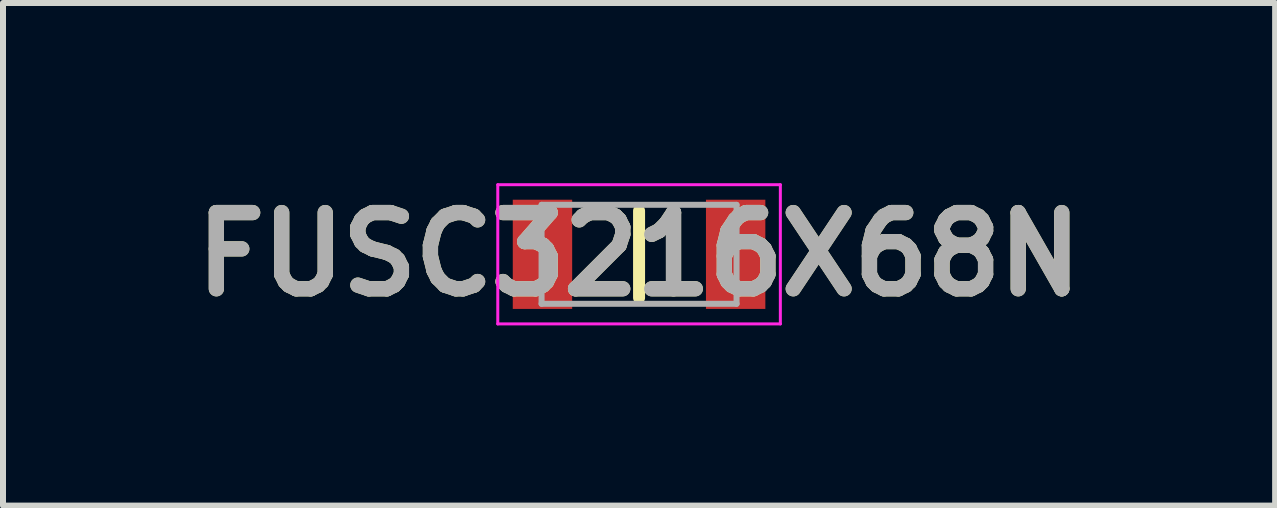
<source format=kicad_pcb>
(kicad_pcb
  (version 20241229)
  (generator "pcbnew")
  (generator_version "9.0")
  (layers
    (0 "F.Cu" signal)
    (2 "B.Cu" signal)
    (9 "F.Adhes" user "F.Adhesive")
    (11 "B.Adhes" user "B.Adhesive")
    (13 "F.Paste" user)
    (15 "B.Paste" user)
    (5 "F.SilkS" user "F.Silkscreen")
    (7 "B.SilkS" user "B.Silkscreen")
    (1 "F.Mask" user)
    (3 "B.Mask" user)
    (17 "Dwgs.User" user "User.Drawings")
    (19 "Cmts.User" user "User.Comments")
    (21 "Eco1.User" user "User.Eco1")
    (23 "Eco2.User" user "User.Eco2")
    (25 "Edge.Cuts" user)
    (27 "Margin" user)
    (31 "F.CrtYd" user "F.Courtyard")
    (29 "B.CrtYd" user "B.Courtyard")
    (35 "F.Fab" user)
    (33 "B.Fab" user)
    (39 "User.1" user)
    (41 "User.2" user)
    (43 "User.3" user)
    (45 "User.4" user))
  (footprint "FUSC3216X68N"
    (layer "F.Cu")
    (at 7.602 1.189)
    (property "Reference" "FUSC3216X68N" (at 0 0 0) (layer "F.SilkS") (effects (font (size 1.27 1.27) (thickness 0.254))))
    (attr smd)
    (fp_line (start 0 -0.725) (end 0 0.725) (stroke (width 0.2) (type solid)) (layer "F.SilkS"))
    (fp_line (start -2.355 -1.16) (end 2.355 -1.16) (stroke (width 0.05) (type solid)) (layer "F.CrtYd"))
    (fp_line (start -2.355 1.16) (end -2.355 -1.16) (stroke (width 0.05) (type solid)) (layer "F.CrtYd"))
    (fp_line (start 2.355 -1.16) (end 2.355 1.16) (stroke (width 0.05) (type solid)) (layer "F.CrtYd"))
    (fp_line (start 2.355 1.16) (end -2.355 1.16) (stroke (width 0.05) (type solid)) (layer "F.CrtYd"))
    (fp_line (start -1.625 -0.825) (end 1.625 -0.825) (stroke (width 0.1) (type solid)) (layer "F.Fab"))
    (fp_line (start -1.625 0.825) (end -1.625 -0.825) (stroke (width 0.1) (type solid)) (layer "F.Fab"))
    (fp_line (start 1.625 -0.825) (end 1.625 0.825) (stroke (width 0.1) (type solid)) (layer "F.Fab"))
    (fp_line (start 1.625 0.825) (end -1.625 0.825) (stroke (width 0.1) (type solid)) (layer "F.Fab"))
    (fp_text user "${REFERENCE}" (at 0 0 0) (layer "F.Fab") (effects (font (size 1.27 1.27) (thickness 0.254))))
    (pad "1" smd rect (at -1.61 0) (size 0.99 1.82) (layers "F.Cu" "F.Mask" "F.Paste"))
    (pad "2" smd rect (at 1.61 0) (size 0.99 1.82) (layers "F.Cu" "F.Mask" "F.Paste")))
  (gr_rect
    (start -3 -3)
    (end 18.204 5.377)
    (stroke (width 0.1) (type default))
    (fill no)
    (layer "Edge.Cuts")))
</source>
